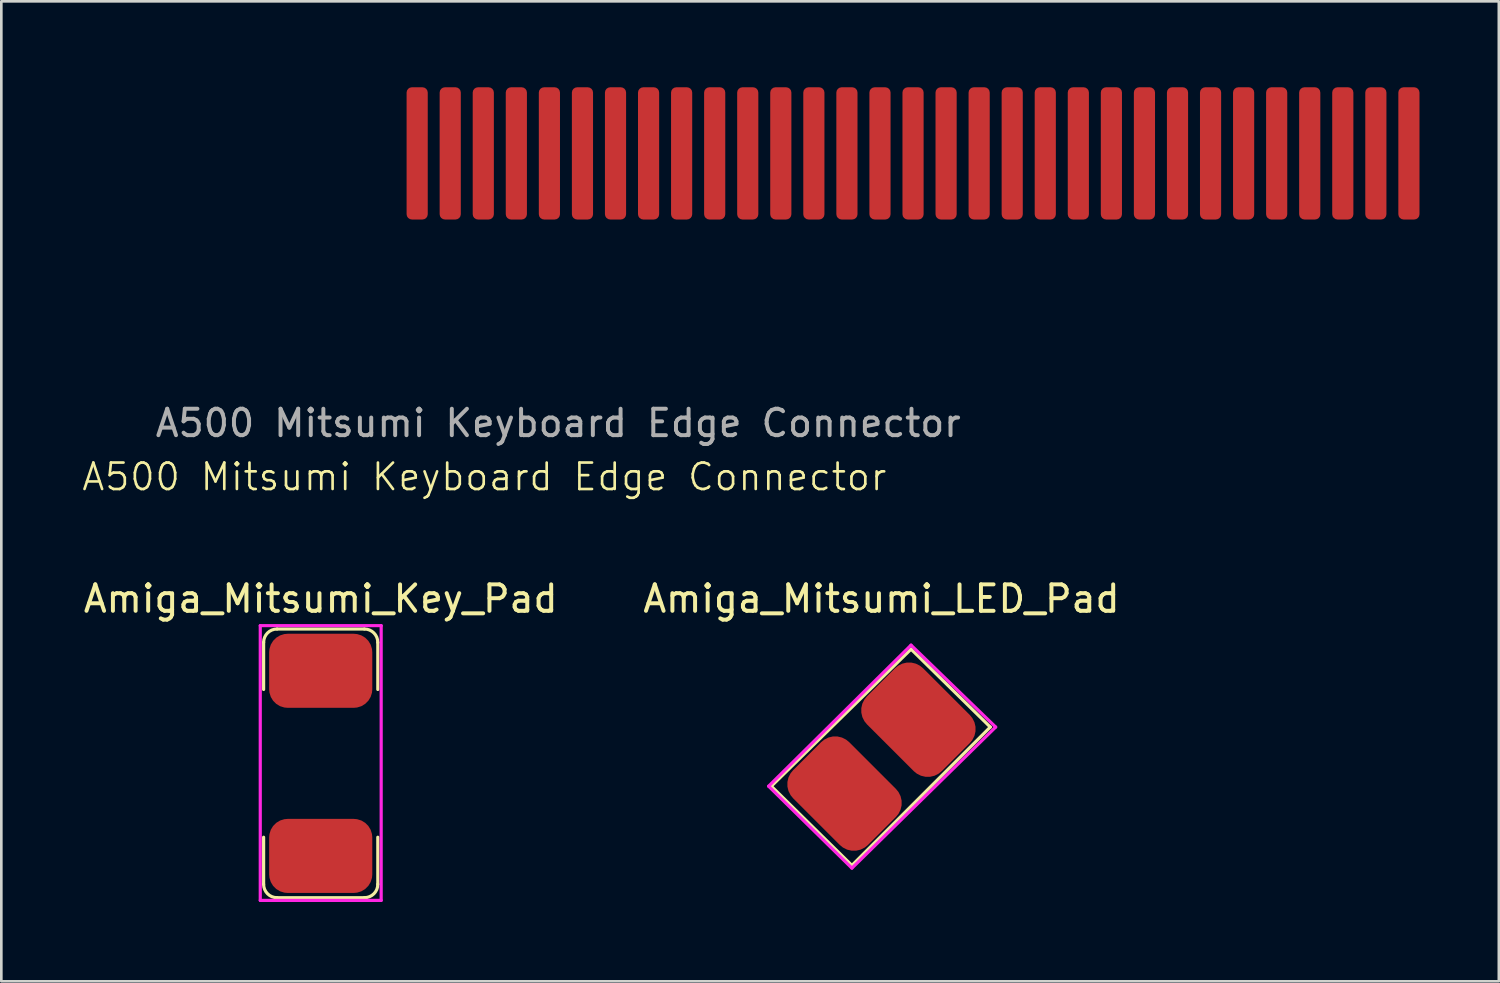
<source format=kicad_pcb>
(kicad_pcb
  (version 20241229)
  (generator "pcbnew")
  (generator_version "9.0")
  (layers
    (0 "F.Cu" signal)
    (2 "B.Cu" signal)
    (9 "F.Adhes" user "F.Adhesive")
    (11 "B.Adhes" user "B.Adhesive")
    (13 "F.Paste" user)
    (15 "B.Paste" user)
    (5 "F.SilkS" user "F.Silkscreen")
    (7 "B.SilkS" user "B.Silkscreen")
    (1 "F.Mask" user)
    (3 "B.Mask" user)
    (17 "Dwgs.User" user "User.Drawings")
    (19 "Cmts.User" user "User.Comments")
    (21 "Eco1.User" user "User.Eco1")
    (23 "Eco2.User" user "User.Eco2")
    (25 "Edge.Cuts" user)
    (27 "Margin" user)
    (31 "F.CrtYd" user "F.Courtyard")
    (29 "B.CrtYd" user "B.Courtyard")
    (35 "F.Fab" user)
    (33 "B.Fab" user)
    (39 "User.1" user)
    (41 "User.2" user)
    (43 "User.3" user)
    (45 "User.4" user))
  (footprint "Amiga_Mitsumi_LED_Pad"
    (layer "F.Cu")
    (at 30.28 25.56)
    (property "Reference" "Amiga_Mitsumi_LED_Pad" (at 0 -5.969 0) (layer "F.SilkS") (effects (font (size 1 1) (thickness 0.15))))
    (attr through_hole)
    (fp_line (start -4.166 1.118) (end 1.118 -4.064) (stroke (width 0.12) (type solid)) (layer "F.SilkS"))
    (fp_line (start -1.118 4.115) (end -4.166 1.118) (stroke (width 0.12) (type solid)) (layer "F.SilkS"))
    (fp_line (start 1.118 -4.064) (end 4.115 -1.118) (stroke (width 0.12) (type solid)) (layer "F.SilkS"))
    (fp_line (start 4.115 -1.118) (end -1.118 4.115) (stroke (width 0.12) (type solid)) (layer "F.SilkS"))
    (fp_line (start -4.267 1.118) (end 1.118 -4.216) (stroke (width 0.12) (type solid)) (layer "F.CrtYd"))
    (fp_line (start -1.118 4.216) (end -4.267 1.118) (stroke (width 0.12) (type solid)) (layer "F.CrtYd"))
    (fp_line (start 1.118 -4.216) (end 4.318 -1.118) (stroke (width 0.12) (type solid)) (layer "F.CrtYd"))
    (fp_line (start 4.318 -1.118) (end -1.118 4.216) (stroke (width 0.12) (type solid)) (layer "F.CrtYd"))
    (pad "1" smd roundrect (at -1.397 1.397 45) (size 3 4) (layers "F.Cu" "F.Mask") (roundrect_rratio 0.25) (chamfer_ratio 0.2) (chamfer))
    (pad "2" smd roundrect (at 1.397 -1.397 45) (size 3 4) (layers "F.Cu" "F.Mask") (roundrect_rratio 0.25) (chamfer_ratio 0.2) (chamfer)))
  (footprint "A500 Mitsumi Keyboard Edge Connector"
    (layer "F.Cu")
    (at 12.724 0.25)
    (property "Reference" "A500 Mitsumi Keyboard Edge Connector" (at 2.54 14.732 0) (unlocked yes) (layer "F.SilkS") (effects (font (size 1 1) (thickness 0.1))))
    (attr smd)
    (fp_text user "${REFERENCE}" (at 5.334 12.7 0) (unlocked yes) (layer "F.Fab") (effects (font (size 1 1) (thickness 0.15))))
    (pad "1" smd roundrect (at 0 2.5) (size 0.8 5) (layers "F.Cu" "F.Mask") (roundrect_rratio 0.25) (chamfer_ratio 0.2) (chamfer))
    (pad "2" smd roundrect (at 1.25 2.5) (size 0.8 5) (layers "F.Cu" "F.Mask") (roundrect_rratio 0.25) (chamfer_ratio 0.2) (chamfer))
    (pad "3" smd roundrect (at 2.5 2.5) (size 0.8 5) (layers "F.Cu" "F.Mask") (roundrect_rratio 0.25) (chamfer_ratio 0.2) (chamfer))
    (pad "4" smd roundrect (at 3.75 2.5) (size 0.8 5) (layers "F.Cu" "F.Mask") (roundrect_rratio 0.25) (chamfer_ratio 0.2) (chamfer))
    (pad "5" smd roundrect (at 5 2.5) (size 0.8 5) (layers "F.Cu" "F.Mask") (roundrect_rratio 0.25) (chamfer_ratio 0.2) (chamfer))
    (pad "6" smd roundrect (at 6.25 2.5) (size 0.8 5) (layers "F.Cu" "F.Mask") (roundrect_rratio 0.25) (chamfer_ratio 0.2) (chamfer))
    (pad "7" smd roundrect (at 7.5 2.5) (size 0.8 5) (layers "F.Cu" "F.Mask") (roundrect_rratio 0.25) (chamfer_ratio 0.2) (chamfer))
    (pad "8" smd roundrect (at 8.75 2.5) (size 0.8 5) (layers "F.Cu" "F.Mask") (roundrect_rratio 0.25) (chamfer_ratio 0.2) (chamfer))
    (pad "9" smd roundrect (at 10 2.5) (size 0.8 5) (layers "F.Cu" "F.Mask") (roundrect_rratio 0.25) (chamfer_ratio 0.2) (chamfer))
    (pad "10" smd roundrect (at 11.25 2.5) (size 0.8 5) (layers "F.Cu" "F.Mask") (roundrect_rratio 0.25) (chamfer_ratio 0.2) (chamfer))
    (pad "11" smd roundrect (at 12.5 2.5) (size 0.8 5) (layers "F.Cu" "F.Mask") (roundrect_rratio 0.25) (chamfer_ratio 0.2) (chamfer))
    (pad "12" smd roundrect (at 13.75 2.5) (size 0.8 5) (layers "F.Cu" "F.Mask") (roundrect_rratio 0.25) (chamfer_ratio 0.2) (chamfer))
    (pad "13" smd roundrect (at 15 2.5) (size 0.8 5) (layers "F.Cu" "F.Mask") (roundrect_rratio 0.25) (chamfer_ratio 0.2) (chamfer))
    (pad "14" smd roundrect (at 16.25 2.5) (size 0.8 5) (layers "F.Cu" "F.Mask") (roundrect_rratio 0.25) (chamfer_ratio 0.2) (chamfer))
    (pad "15" smd roundrect (at 17.5 2.5) (size 0.8 5) (layers "F.Cu" "F.Mask") (roundrect_rratio 0.25) (chamfer_ratio 0.2) (chamfer))
    (pad "16" smd roundrect (at 18.75 2.5) (size 0.8 5) (layers "F.Cu" "F.Mask") (roundrect_rratio 0.25) (chamfer_ratio 0.2) (chamfer))
    (pad "17" smd roundrect (at 20 2.5) (size 0.8 5) (layers "F.Cu" "F.Mask") (roundrect_rratio 0.25) (chamfer_ratio 0.2) (chamfer))
    (pad "18" smd roundrect (at 21.25 2.5) (size 0.8 5) (layers "F.Cu" "F.Mask") (roundrect_rratio 0.25) (chamfer_ratio 0.2) (chamfer))
    (pad "19" smd roundrect (at 22.5 2.5) (size 0.8 5) (layers "F.Cu" "F.Mask") (roundrect_rratio 0.25) (chamfer_ratio 0.2) (chamfer))
    (pad "20" smd roundrect (at 23.75 2.5) (size 0.8 5) (layers "F.Cu" "F.Mask") (roundrect_rratio 0.25) (chamfer_ratio 0.2) (chamfer))
    (pad "21" smd roundrect (at 25 2.5) (size 0.8 5) (layers "F.Cu" "F.Mask") (roundrect_rratio 0.25) (chamfer_ratio 0.2) (chamfer))
    (pad "22" smd roundrect (at 26.25 2.5) (size 0.8 5) (layers "F.Cu" "F.Mask") (roundrect_rratio 0.25) (chamfer_ratio 0.2) (chamfer))
    (pad "23" smd roundrect (at 27.5 2.5) (size 0.8 5) (layers "F.Cu" "F.Mask") (roundrect_rratio 0.25) (chamfer_ratio 0.2) (chamfer))
    (pad "24" smd roundrect (at 28.75 2.5) (size 0.8 5) (layers "F.Cu" "F.Mask") (roundrect_rratio 0.25) (chamfer_ratio 0.2) (chamfer))
    (pad "25" smd roundrect (at 30 2.5) (size 0.8 5) (layers "F.Cu" "F.Mask") (roundrect_rratio 0.25) (chamfer_ratio 0.2) (chamfer))
    (pad "26" smd roundrect (at 31.25 2.5) (size 0.8 5) (layers "F.Cu" "F.Mask") (roundrect_rratio 0.25) (chamfer_ratio 0.2) (chamfer))
    (pad "27" smd roundrect (at 32.5 2.5) (size 0.8 5) (layers "F.Cu" "F.Mask") (roundrect_rratio 0.25) (chamfer_ratio 0.2) (chamfer))
    (pad "28" smd roundrect (at 33.75 2.5) (size 0.8 5) (layers "F.Cu" "F.Mask") (roundrect_rratio 0.25) (chamfer_ratio 0.2) (chamfer))
    (pad "29" smd roundrect (at 35 2.5) (size 0.8 5) (layers "F.Cu" "F.Mask") (roundrect_rratio 0.25) (chamfer_ratio 0.2) (chamfer))
    (pad "30" smd roundrect (at 36.25 2.5) (size 0.8 5) (layers "F.Cu" "F.Mask") (roundrect_rratio 0.25) (chamfer_ratio 0.2) (chamfer))
    (pad "31" smd roundrect (at 37.5 2.5) (size 0.8 5) (layers "F.Cu" "F.Mask") (roundrect_rratio 0.25) (chamfer_ratio 0.2) (chamfer)))
  (footprint "Amiga_Mitsumi_Key_Pad"
    (layer "F.Cu")
    (at 9.077 25.814)
    (property "Reference" "Amiga_Mitsumi_Key_Pad" (at 0 -6.223 180) (layer "F.SilkS") (effects (font (size 1 1) (thickness 0.15))))
    (attr through_hole)
    (fp_line (start -2.159 -2.794) (end -2.159 -4.572) (stroke (width 0.12) (type solid)) (layer "F.SilkS"))
    (fp_line (start -2.159 4.572) (end -2.159 2.794) (stroke (width 0.12) (type solid)) (layer "F.SilkS"))
    (fp_line (start -1.651 -5.08) (end 1.651 -5.08) (stroke (width 0.12) (type solid)) (layer "F.SilkS"))
    (fp_line (start 1.651 5.08) (end -1.651 5.08) (stroke (width 0.12) (type solid)) (layer "F.SilkS"))
    (fp_line (start 2.159 -4.572) (end 2.159 -2.794) (stroke (width 0.12) (type solid)) (layer "F.SilkS"))
    (fp_line (start 2.159 2.794) (end 2.159 4.572) (stroke (width 0.12) (type solid)) (layer "F.SilkS"))
    (fp_arc (start -2.159 -4.572) (mid -2.01021 -4.93121) (end -1.651 -5.08) (stroke (width 0.12) (type solid)) (layer "F.SilkS"))
    (fp_arc (start -1.651 5.08) (mid -2.01021 4.93121) (end -2.159 4.572) (stroke (width 0.12) (type solid)) (layer "F.SilkS"))
    (fp_arc (start 1.651 -5.08) (mid 2.01021 -4.93121) (end 2.159 -4.572) (stroke (width 0.12) (type solid)) (layer "F.SilkS"))
    (fp_arc (start 2.159 4.572) (mid 2.01021 4.93121) (end 1.651 5.08) (stroke (width 0.12) (type solid)) (layer "F.SilkS"))
    (fp_line (start -2.286 -5.207) (end 2.286 -5.207) (stroke (width 0.12) (type solid)) (layer "F.CrtYd"))
    (fp_line (start -2.286 5.182) (end -2.286 -5.207) (stroke (width 0.12) (type solid)) (layer "F.CrtYd"))
    (fp_line (start 2.286 -5.207) (end 2.286 5.182) (stroke (width 0.12) (type solid)) (layer "F.CrtYd"))
    (fp_line (start 2.286 5.182) (end -2.286 5.182) (stroke (width 0.12) (type solid)) (layer "F.CrtYd"))
    (pad "1" smd roundrect (at 0 3.5 90) (size 2.8 3.9) (layers "F.Cu" "F.Mask") (roundrect_rratio 0.25) (chamfer_ratio 0.2) (chamfer))
    (pad "2" smd roundrect (at 0 -3.5 90) (size 2.8 3.9) (layers "F.Cu" "F.Mask") (roundrect_rratio 0.25) (chamfer_ratio 0.2) (chamfer)))
  (gr_rect
    (start -3 -3)
    (end 53.624 34.055)
    (stroke (width 0.1) (type default))
    (fill no)
    (layer "Edge.Cuts")))
</source>
